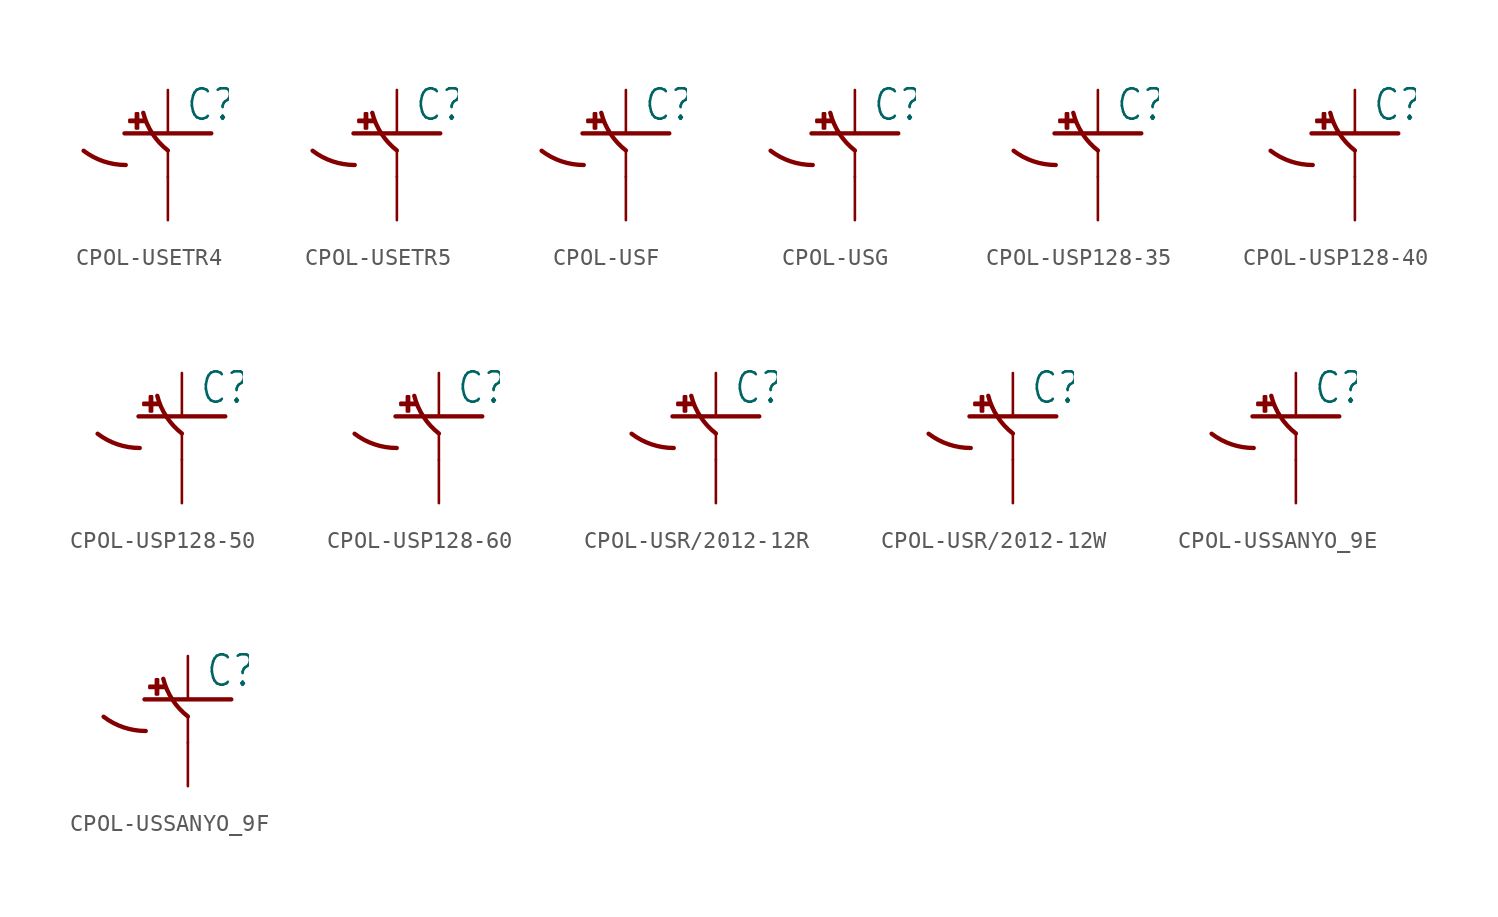
<source format=kicad_sym>
(kicad_symbol_lib
  (version 20241209)
  (generator "kicad_symbol_editor")
  (generator_version "9.0")
  (symbol "CPOL-USETR4"
    (property "Reference" "C"
      (at 1.016 0.635 0)
      (effects (font (size 1.778 1.511)) (justify left bottom)))
    (property "Value" ""
      (at 1.016 -4.191 0)
      (effects (font (size 1.778 1.511)) (justify left bottom)))
    (property "ki_locked" ""
      (at 0 0 0)
      (effects (font (size 1.27 1.27))))
    (symbol "CPOL-USETR4_1_0"
      (polyline (pts (xy -2.54 0) (xy 2.54 0)) (stroke (width 0.254) (type solid)) (fill (type none)))
      (arc (start -2.4669 -1.8504) (mid -3.7689 -1.6361) (end -4.9337 -1.0159) (stroke (width 0.254) (type solid)) (fill (type none)))
      (rectangle (start -2.253 0.668) (end -1.364 0.795) (stroke (width 0) (type default)) (fill (type outline)))
      (rectangle (start -1.872 0.287) (end -1.745 1.176) (stroke (width 0) (type default)) (fill (type outline)))
      (polyline (pts (xy 0 -1.016) (xy 0 -2.54)) (stroke (width 0.152) (type solid)) (fill (type none)))
      (arc (start 0 -1) (mid -0.9038 -0.0189) (end -1.4403 1.2025) (stroke (width 0.254) (type solid)) (fill (type none)))
      (pin passive line (at 0 2.54 270) (length 2.54) (name "+" (effects (font (size 0 0)))) (number "+" (effects (font (size 0 0)))))
      (pin passive line (at 0 -5.08 90) (length 2.54) (name "-" (effects (font (size 0 0)))) (number "-" (effects (font (size 0 0)))))))
  (symbol "CPOL-USETR5"
    (property "Reference" "C"
      (at 1.016 0.635 0)
      (effects (font (size 1.778 1.511)) (justify left bottom)))
    (property "Value" ""
      (at 1.016 -4.191 0)
      (effects (font (size 1.778 1.511)) (justify left bottom)))
    (property "ki_locked" ""
      (at 0 0 0)
      (effects (font (size 1.27 1.27))))
    (symbol "CPOL-USETR5_1_0"
      (polyline (pts (xy -2.54 0) (xy 2.54 0)) (stroke (width 0.254) (type solid)) (fill (type none)))
      (arc (start -2.4669 -1.8504) (mid -3.7689 -1.6361) (end -4.9337 -1.0159) (stroke (width 0.254) (type solid)) (fill (type none)))
      (rectangle (start -2.253 0.668) (end -1.364 0.795) (stroke (width 0) (type default)) (fill (type outline)))
      (rectangle (start -1.872 0.287) (end -1.745 1.176) (stroke (width 0) (type default)) (fill (type outline)))
      (polyline (pts (xy 0 -1.016) (xy 0 -2.54)) (stroke (width 0.152) (type solid)) (fill (type none)))
      (arc (start 0 -1) (mid -0.9038 -0.0189) (end -1.4403 1.2025) (stroke (width 0.254) (type solid)) (fill (type none)))
      (pin passive line (at 0 2.54 270) (length 2.54) (name "+" (effects (font (size 0 0)))) (number "+" (effects (font (size 0 0)))))
      (pin passive line (at 0 -5.08 90) (length 2.54) (name "-" (effects (font (size 0 0)))) (number "-" (effects (font (size 0 0)))))))
  (symbol "CPOL-USF"
    (property "Reference" "C"
      (at 1.016 0.635 0)
      (effects (font (size 1.778 1.511)) (justify left bottom)))
    (property "Value" ""
      (at 1.016 -4.191 0)
      (effects (font (size 1.778 1.511)) (justify left bottom)))
    (property "ki_locked" ""
      (at 0 0 0)
      (effects (font (size 1.27 1.27))))
    (symbol "CPOL-USF_1_0"
      (polyline (pts (xy -2.54 0) (xy 2.54 0)) (stroke (width 0.254) (type solid)) (fill (type none)))
      (arc (start -2.4669 -1.8504) (mid -3.7689 -1.6361) (end -4.9337 -1.0159) (stroke (width 0.254) (type solid)) (fill (type none)))
      (rectangle (start -2.253 0.668) (end -1.364 0.795) (stroke (width 0) (type default)) (fill (type outline)))
      (rectangle (start -1.872 0.287) (end -1.745 1.176) (stroke (width 0) (type default)) (fill (type outline)))
      (polyline (pts (xy 0 -1.016) (xy 0 -2.54)) (stroke (width 0.152) (type solid)) (fill (type none)))
      (arc (start 0 -1) (mid -0.9038 -0.0189) (end -1.4403 1.2025) (stroke (width 0.254) (type solid)) (fill (type none)))
      (pin passive line (at 0 2.54 270) (length 2.54) (name "+" (effects (font (size 0 0)))) (number "+" (effects (font (size 0 0)))))
      (pin passive line (at 0 -5.08 90) (length 2.54) (name "-" (effects (font (size 0 0)))) (number "-" (effects (font (size 0 0)))))))
  (symbol "CPOL-USG"
    (property "Reference" "C"
      (at 1.016 0.635 0)
      (effects (font (size 1.778 1.511)) (justify left bottom)))
    (property "Value" ""
      (at 1.016 -4.191 0)
      (effects (font (size 1.778 1.511)) (justify left bottom)))
    (property "ki_locked" ""
      (at 0 0 0)
      (effects (font (size 1.27 1.27))))
    (symbol "CPOL-USG_1_0"
      (polyline (pts (xy -2.54 0) (xy 2.54 0)) (stroke (width 0.254) (type solid)) (fill (type none)))
      (arc (start -2.4669 -1.8504) (mid -3.7689 -1.6361) (end -4.9337 -1.0159) (stroke (width 0.254) (type solid)) (fill (type none)))
      (rectangle (start -2.253 0.668) (end -1.364 0.795) (stroke (width 0) (type default)) (fill (type outline)))
      (rectangle (start -1.872 0.287) (end -1.745 1.176) (stroke (width 0) (type default)) (fill (type outline)))
      (polyline (pts (xy 0 -1.016) (xy 0 -2.54)) (stroke (width 0.152) (type solid)) (fill (type none)))
      (arc (start 0 -1) (mid -0.9038 -0.0189) (end -1.4403 1.2025) (stroke (width 0.254) (type solid)) (fill (type none)))
      (pin passive line (at 0 2.54 270) (length 2.54) (name "+" (effects (font (size 0 0)))) (number "+" (effects (font (size 0 0)))))
      (pin passive line (at 0 -5.08 90) (length 2.54) (name "-" (effects (font (size 0 0)))) (number "-" (effects (font (size 0 0)))))))
  (symbol "CPOL-USP128-35"
    (property "Reference" "C"
      (at 1.016 0.635 0)
      (effects (font (size 1.778 1.511)) (justify left bottom)))
    (property "Value" ""
      (at 1.016 -4.191 0)
      (effects (font (size 1.778 1.511)) (justify left bottom)))
    (property "ki_locked" ""
      (at 0 0 0)
      (effects (font (size 1.27 1.27))))
    (symbol "CPOL-USP128-35_1_0"
      (polyline (pts (xy -2.54 0) (xy 2.54 0)) (stroke (width 0.254) (type solid)) (fill (type none)))
      (arc (start -2.4669 -1.8504) (mid -3.7689 -1.6361) (end -4.9337 -1.0159) (stroke (width 0.254) (type solid)) (fill (type none)))
      (rectangle (start -2.253 0.668) (end -1.364 0.795) (stroke (width 0) (type default)) (fill (type outline)))
      (rectangle (start -1.872 0.287) (end -1.745 1.176) (stroke (width 0) (type default)) (fill (type outline)))
      (polyline (pts (xy 0 -1.016) (xy 0 -2.54)) (stroke (width 0.152) (type solid)) (fill (type none)))
      (arc (start 0 -1) (mid -0.9038 -0.0189) (end -1.4403 1.2025) (stroke (width 0.254) (type solid)) (fill (type none)))
      (pin passive line (at 0 2.54 270) (length 2.54) (name "+" (effects (font (size 0 0)))) (number "+" (effects (font (size 0 0)))))
      (pin passive line (at 0 -5.08 90) (length 2.54) (name "-" (effects (font (size 0 0)))) (number "-" (effects (font (size 0 0)))))))
  (symbol "CPOL-USP128-40"
    (property "Reference" "C"
      (at 1.016 0.635 0)
      (effects (font (size 1.778 1.511)) (justify left bottom)))
    (property "Value" ""
      (at 1.016 -4.191 0)
      (effects (font (size 1.778 1.511)) (justify left bottom)))
    (property "ki_locked" ""
      (at 0 0 0)
      (effects (font (size 1.27 1.27))))
    (symbol "CPOL-USP128-40_1_0"
      (polyline (pts (xy -2.54 0) (xy 2.54 0)) (stroke (width 0.254) (type solid)) (fill (type none)))
      (arc (start -2.4669 -1.8504) (mid -3.7689 -1.6361) (end -4.9337 -1.0159) (stroke (width 0.254) (type solid)) (fill (type none)))
      (rectangle (start -2.253 0.668) (end -1.364 0.795) (stroke (width 0) (type default)) (fill (type outline)))
      (rectangle (start -1.872 0.287) (end -1.745 1.176) (stroke (width 0) (type default)) (fill (type outline)))
      (polyline (pts (xy 0 -1.016) (xy 0 -2.54)) (stroke (width 0.152) (type solid)) (fill (type none)))
      (arc (start 0 -1) (mid -0.9038 -0.0189) (end -1.4403 1.2025) (stroke (width 0.254) (type solid)) (fill (type none)))
      (pin passive line (at 0 2.54 270) (length 2.54) (name "+" (effects (font (size 0 0)))) (number "+" (effects (font (size 0 0)))))
      (pin passive line (at 0 -5.08 90) (length 2.54) (name "-" (effects (font (size 0 0)))) (number "-" (effects (font (size 0 0)))))))
  (symbol "CPOL-USP128-50"
    (property "Reference" "C"
      (at 1.016 0.635 0)
      (effects (font (size 1.778 1.511)) (justify left bottom)))
    (property "Value" ""
      (at 1.016 -4.191 0)
      (effects (font (size 1.778 1.511)) (justify left bottom)))
    (property "ki_locked" ""
      (at 0 0 0)
      (effects (font (size 1.27 1.27))))
    (symbol "CPOL-USP128-50_1_0"
      (polyline (pts (xy -2.54 0) (xy 2.54 0)) (stroke (width 0.254) (type solid)) (fill (type none)))
      (arc (start -2.4669 -1.8504) (mid -3.7689 -1.6361) (end -4.9337 -1.0159) (stroke (width 0.254) (type solid)) (fill (type none)))
      (rectangle (start -2.253 0.668) (end -1.364 0.795) (stroke (width 0) (type default)) (fill (type outline)))
      (rectangle (start -1.872 0.287) (end -1.745 1.176) (stroke (width 0) (type default)) (fill (type outline)))
      (polyline (pts (xy 0 -1.016) (xy 0 -2.54)) (stroke (width 0.152) (type solid)) (fill (type none)))
      (arc (start 0 -1) (mid -0.9038 -0.0189) (end -1.4403 1.2025) (stroke (width 0.254) (type solid)) (fill (type none)))
      (pin passive line (at 0 2.54 270) (length 2.54) (name "+" (effects (font (size 0 0)))) (number "+" (effects (font (size 0 0)))))
      (pin passive line (at 0 -5.08 90) (length 2.54) (name "-" (effects (font (size 0 0)))) (number "-" (effects (font (size 0 0)))))))
  (symbol "CPOL-USP128-60"
    (property "Reference" "C"
      (at 1.016 0.635 0)
      (effects (font (size 1.778 1.511)) (justify left bottom)))
    (property "Value" ""
      (at 1.016 -4.191 0)
      (effects (font (size 1.778 1.511)) (justify left bottom)))
    (property "ki_locked" ""
      (at 0 0 0)
      (effects (font (size 1.27 1.27))))
    (symbol "CPOL-USP128-60_1_0"
      (polyline (pts (xy -2.54 0) (xy 2.54 0)) (stroke (width 0.254) (type solid)) (fill (type none)))
      (arc (start -2.4669 -1.8504) (mid -3.7689 -1.6361) (end -4.9337 -1.0159) (stroke (width 0.254) (type solid)) (fill (type none)))
      (rectangle (start -2.253 0.668) (end -1.364 0.795) (stroke (width 0) (type default)) (fill (type outline)))
      (rectangle (start -1.872 0.287) (end -1.745 1.176) (stroke (width 0) (type default)) (fill (type outline)))
      (polyline (pts (xy 0 -1.016) (xy 0 -2.54)) (stroke (width 0.152) (type solid)) (fill (type none)))
      (arc (start 0 -1) (mid -0.9038 -0.0189) (end -1.4403 1.2025) (stroke (width 0.254) (type solid)) (fill (type none)))
      (pin passive line (at 0 2.54 270) (length 2.54) (name "+" (effects (font (size 0 0)))) (number "+" (effects (font (size 0 0)))))
      (pin passive line (at 0 -5.08 90) (length 2.54) (name "-" (effects (font (size 0 0)))) (number "-" (effects (font (size 0 0)))))))
  (symbol "CPOL-USR/2012-12R"
    (property "Reference" "C"
      (at 1.016 0.635 0)
      (effects (font (size 1.778 1.511)) (justify left bottom)))
    (property "Value" ""
      (at 1.016 -4.191 0)
      (effects (font (size 1.778 1.511)) (justify left bottom)))
    (property "ki_locked" ""
      (at 0 0 0)
      (effects (font (size 1.27 1.27))))
    (symbol "CPOL-USR/2012-12R_1_0"
      (polyline (pts (xy -2.54 0) (xy 2.54 0)) (stroke (width 0.254) (type solid)) (fill (type none)))
      (arc (start -2.4669 -1.8504) (mid -3.7689 -1.6361) (end -4.9337 -1.0159) (stroke (width 0.254) (type solid)) (fill (type none)))
      (rectangle (start -2.253 0.668) (end -1.364 0.795) (stroke (width 0) (type default)) (fill (type outline)))
      (rectangle (start -1.872 0.287) (end -1.745 1.176) (stroke (width 0) (type default)) (fill (type outline)))
      (polyline (pts (xy 0 -1.016) (xy 0 -2.54)) (stroke (width 0.152) (type solid)) (fill (type none)))
      (arc (start 0 -1) (mid -0.9038 -0.0189) (end -1.4403 1.2025) (stroke (width 0.254) (type solid)) (fill (type none)))
      (pin passive line (at 0 2.54 270) (length 2.54) (name "+" (effects (font (size 0 0)))) (number "+" (effects (font (size 0 0)))))
      (pin passive line (at 0 -5.08 90) (length 2.54) (name "-" (effects (font (size 0 0)))) (number "-" (effects (font (size 0 0)))))))
  (symbol "CPOL-USR/2012-12W"
    (property "Reference" "C"
      (at 1.016 0.635 0)
      (effects (font (size 1.778 1.511)) (justify left bottom)))
    (property "Value" ""
      (at 1.016 -4.191 0)
      (effects (font (size 1.778 1.511)) (justify left bottom)))
    (property "ki_locked" ""
      (at 0 0 0)
      (effects (font (size 1.27 1.27))))
    (symbol "CPOL-USR/2012-12W_1_0"
      (polyline (pts (xy -2.54 0) (xy 2.54 0)) (stroke (width 0.254) (type solid)) (fill (type none)))
      (arc (start -2.4669 -1.8504) (mid -3.7689 -1.6361) (end -4.9337 -1.0159) (stroke (width 0.254) (type solid)) (fill (type none)))
      (rectangle (start -2.253 0.668) (end -1.364 0.795) (stroke (width 0) (type default)) (fill (type outline)))
      (rectangle (start -1.872 0.287) (end -1.745 1.176) (stroke (width 0) (type default)) (fill (type outline)))
      (polyline (pts (xy 0 -1.016) (xy 0 -2.54)) (stroke (width 0.152) (type solid)) (fill (type none)))
      (arc (start 0 -1) (mid -0.9038 -0.0189) (end -1.4403 1.2025) (stroke (width 0.254) (type solid)) (fill (type none)))
      (pin passive line (at 0 2.54 270) (length 2.54) (name "+" (effects (font (size 0 0)))) (number "+" (effects (font (size 0 0)))))
      (pin passive line (at 0 -5.08 90) (length 2.54) (name "-" (effects (font (size 0 0)))) (number "-" (effects (font (size 0 0)))))))
  (symbol "CPOL-USSANYO_9E"
    (property "Reference" "C"
      (at 1.016 0.635 0)
      (effects (font (size 1.778 1.511)) (justify left bottom)))
    (property "Value" ""
      (at 1.016 -4.191 0)
      (effects (font (size 1.778 1.511)) (justify left bottom)))
    (property "ki_locked" ""
      (at 0 0 0)
      (effects (font (size 1.27 1.27))))
    (symbol "CPOL-USSANYO_9E_1_0"
      (polyline (pts (xy -2.54 0) (xy 2.54 0)) (stroke (width 0.254) (type solid)) (fill (type none)))
      (arc (start -2.4669 -1.8504) (mid -3.7689 -1.6361) (end -4.9337 -1.0159) (stroke (width 0.254) (type solid)) (fill (type none)))
      (rectangle (start -2.253 0.668) (end -1.364 0.795) (stroke (width 0) (type default)) (fill (type outline)))
      (rectangle (start -1.872 0.287) (end -1.745 1.176) (stroke (width 0) (type default)) (fill (type outline)))
      (polyline (pts (xy 0 -1.016) (xy 0 -2.54)) (stroke (width 0.152) (type solid)) (fill (type none)))
      (arc (start 0 -1) (mid -0.9038 -0.0189) (end -1.4403 1.2025) (stroke (width 0.254) (type solid)) (fill (type none)))
      (pin passive line (at 0 2.54 270) (length 2.54) (name "+" (effects (font (size 0 0)))) (number "+" (effects (font (size 0 0)))))
      (pin passive line (at 0 -5.08 90) (length 2.54) (name "-" (effects (font (size 0 0)))) (number "-" (effects (font (size 0 0)))))))
  (symbol "CPOL-USSANYO_9F"
    (property "Reference" "C"
      (at 1.016 0.635 0)
      (effects (font (size 1.778 1.511)) (justify left bottom)))
    (property "Value" ""
      (at 1.016 -4.191 0)
      (effects (font (size 1.778 1.511)) (justify left bottom)))
    (property "ki_locked" ""
      (at 0 0 0)
      (effects (font (size 1.27 1.27))))
    (symbol "CPOL-USSANYO_9F_1_0"
      (polyline (pts (xy -2.54 0) (xy 2.54 0)) (stroke (width 0.254) (type solid)) (fill (type none)))
      (arc (start -2.4669 -1.8504) (mid -3.7689 -1.6361) (end -4.9337 -1.0159) (stroke (width 0.254) (type solid)) (fill (type none)))
      (rectangle (start -2.253 0.668) (end -1.364 0.795) (stroke (width 0) (type default)) (fill (type outline)))
      (rectangle (start -1.872 0.287) (end -1.745 1.176) (stroke (width 0) (type default)) (fill (type outline)))
      (polyline (pts (xy 0 -1.016) (xy 0 -2.54)) (stroke (width 0.152) (type solid)) (fill (type none)))
      (arc (start 0 -1) (mid -0.9038 -0.0189) (end -1.4403 1.2025) (stroke (width 0.254) (type solid)) (fill (type none)))
      (pin passive line (at 0 2.54 270) (length 2.54) (name "+" (effects (font (size 0 0)))) (number "+" (effects (font (size 0 0)))))
      (pin passive line (at 0 -5.08 90) (length 2.54) (name "-" (effects (font (size 0 0)))) (number "-" (effects (font (size 0 0))))))))
</source>
